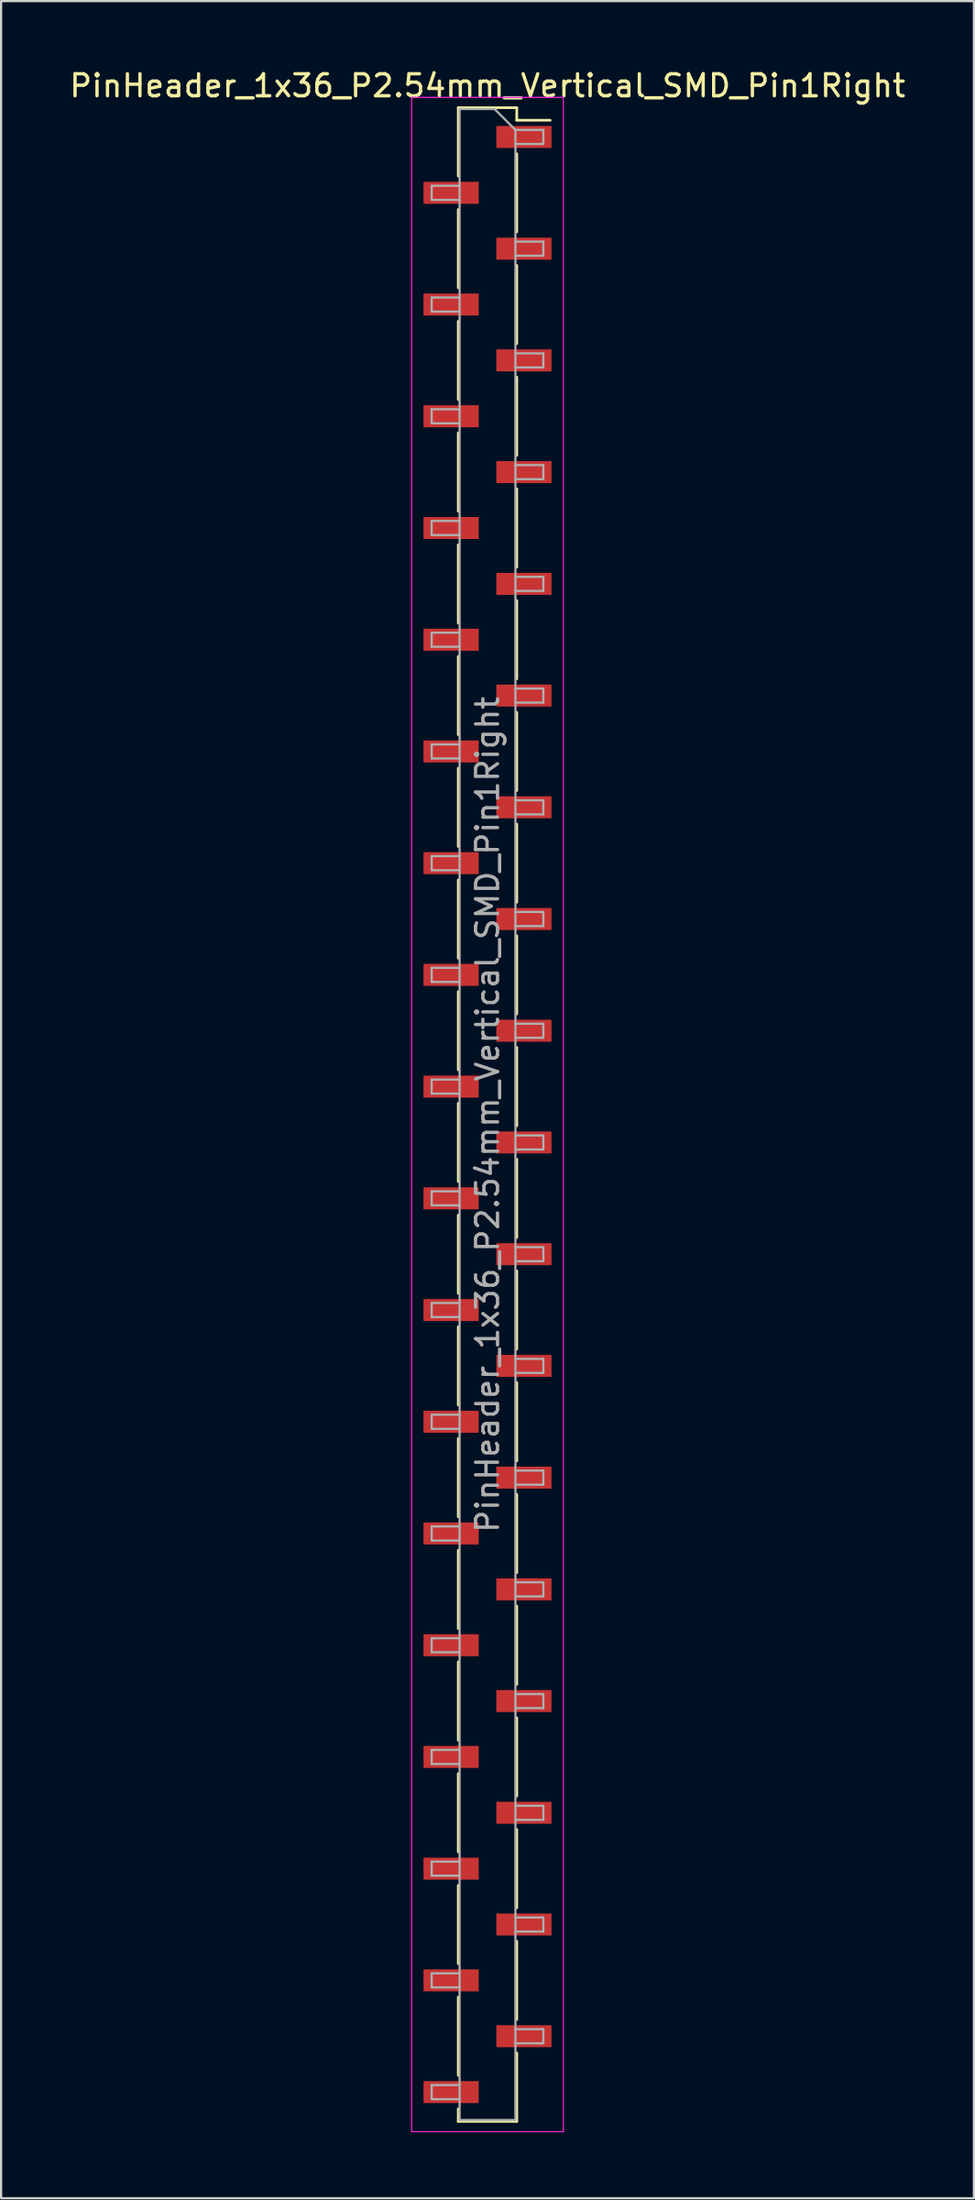
<source format=kicad_pcb>
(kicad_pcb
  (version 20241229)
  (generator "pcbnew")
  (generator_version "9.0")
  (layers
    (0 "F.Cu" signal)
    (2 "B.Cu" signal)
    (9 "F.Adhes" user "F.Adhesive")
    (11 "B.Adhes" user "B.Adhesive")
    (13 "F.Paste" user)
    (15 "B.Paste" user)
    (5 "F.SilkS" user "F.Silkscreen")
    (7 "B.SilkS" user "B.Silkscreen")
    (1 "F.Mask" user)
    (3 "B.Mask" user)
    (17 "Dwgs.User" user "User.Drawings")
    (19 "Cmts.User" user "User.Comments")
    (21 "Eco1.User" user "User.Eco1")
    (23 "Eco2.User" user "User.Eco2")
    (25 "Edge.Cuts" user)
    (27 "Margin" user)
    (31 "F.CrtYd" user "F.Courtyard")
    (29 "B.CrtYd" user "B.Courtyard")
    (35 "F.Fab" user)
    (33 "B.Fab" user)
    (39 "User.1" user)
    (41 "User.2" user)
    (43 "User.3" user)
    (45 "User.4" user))
  (footprint "PinHeader_1x36_P2.54mm_Vertical_SMD_Pin1Right"
    (layer "F.Cu")
    (at 19.125 47.628)
    (property "Reference" "PinHeader_1x36_P2.54mm_Vertical_SMD_Pin1Right" (at 0 -46.78 0) (layer "F.SilkS") (effects (font (size 1 1) (thickness 0.15))))
    (attr smd)
    (fp_line (start -1.33 -45.78) (end -1.33 -42.67) (stroke (width 0.12) (type solid)) (layer "F.SilkS"))
    (fp_line (start -1.33 -45.78) (end 1.33 -45.78) (stroke (width 0.12) (type solid)) (layer "F.SilkS"))
    (fp_line (start -1.33 -41.15) (end -1.33 -37.59) (stroke (width 0.12) (type solid)) (layer "F.SilkS"))
    (fp_line (start -1.33 -36.07) (end -1.33 -32.51) (stroke (width 0.12) (type solid)) (layer "F.SilkS"))
    (fp_line (start -1.33 -30.99) (end -1.33 -27.43) (stroke (width 0.12) (type solid)) (layer "F.SilkS"))
    (fp_line (start -1.33 -25.91) (end -1.33 -22.35) (stroke (width 0.12) (type solid)) (layer "F.SilkS"))
    (fp_line (start -1.33 -20.83) (end -1.33 -17.27) (stroke (width 0.12) (type solid)) (layer "F.SilkS"))
    (fp_line (start -1.33 -15.75) (end -1.33 -12.19) (stroke (width 0.12) (type solid)) (layer "F.SilkS"))
    (fp_line (start -1.33 -10.67) (end -1.33 -7.11) (stroke (width 0.12) (type solid)) (layer "F.SilkS"))
    (fp_line (start -1.33 -5.59) (end -1.33 -2.03) (stroke (width 0.12) (type solid)) (layer "F.SilkS"))
    (fp_line (start -1.33 -0.51) (end -1.33 3.05) (stroke (width 0.12) (type solid)) (layer "F.SilkS"))
    (fp_line (start -1.33 4.57) (end -1.33 8.13) (stroke (width 0.12) (type solid)) (layer "F.SilkS"))
    (fp_line (start -1.33 9.65) (end -1.33 13.21) (stroke (width 0.12) (type solid)) (layer "F.SilkS"))
    (fp_line (start -1.33 14.73) (end -1.33 18.29) (stroke (width 0.12) (type solid)) (layer "F.SilkS"))
    (fp_line (start -1.33 19.81) (end -1.33 23.37) (stroke (width 0.12) (type solid)) (layer "F.SilkS"))
    (fp_line (start -1.33 24.89) (end -1.33 28.45) (stroke (width 0.12) (type solid)) (layer "F.SilkS"))
    (fp_line (start -1.33 29.97) (end -1.33 33.53) (stroke (width 0.12) (type solid)) (layer "F.SilkS"))
    (fp_line (start -1.33 35.05) (end -1.33 38.61) (stroke (width 0.12) (type solid)) (layer "F.SilkS"))
    (fp_line (start -1.33 40.13) (end -1.33 43.69) (stroke (width 0.12) (type solid)) (layer "F.SilkS"))
    (fp_line (start -1.33 45.21) (end -1.33 45.78) (stroke (width 0.12) (type solid)) (layer "F.SilkS"))
    (fp_line (start -1.33 45.78) (end 1.33 45.78) (stroke (width 0.12) (type solid)) (layer "F.SilkS"))
    (fp_line (start 1.33 -45.78) (end 1.33 -45.21) (stroke (width 0.12) (type solid)) (layer "F.SilkS"))
    (fp_line (start 1.33 -45.21) (end 2.85 -45.21) (stroke (width 0.12) (type solid)) (layer "F.SilkS"))
    (fp_line (start 1.33 -43.69) (end 1.33 -40.13) (stroke (width 0.12) (type solid)) (layer "F.SilkS"))
    (fp_line (start 1.33 -38.61) (end 1.33 -35.05) (stroke (width 0.12) (type solid)) (layer "F.SilkS"))
    (fp_line (start 1.33 -33.53) (end 1.33 -29.97) (stroke (width 0.12) (type solid)) (layer "F.SilkS"))
    (fp_line (start 1.33 -28.45) (end 1.33 -24.89) (stroke (width 0.12) (type solid)) (layer "F.SilkS"))
    (fp_line (start 1.33 -23.37) (end 1.33 -19.81) (stroke (width 0.12) (type solid)) (layer "F.SilkS"))
    (fp_line (start 1.33 -18.29) (end 1.33 -14.73) (stroke (width 0.12) (type solid)) (layer "F.SilkS"))
    (fp_line (start 1.33 -13.21) (end 1.33 -9.65) (stroke (width 0.12) (type solid)) (layer "F.SilkS"))
    (fp_line (start 1.33 -8.13) (end 1.33 -4.57) (stroke (width 0.12) (type solid)) (layer "F.SilkS"))
    (fp_line (start 1.33 -3.05) (end 1.33 0.51) (stroke (width 0.12) (type solid)) (layer "F.SilkS"))
    (fp_line (start 1.33 2.03) (end 1.33 5.59) (stroke (width 0.12) (type solid)) (layer "F.SilkS"))
    (fp_line (start 1.33 7.11) (end 1.33 10.67) (stroke (width 0.12) (type solid)) (layer "F.SilkS"))
    (fp_line (start 1.33 12.19) (end 1.33 15.75) (stroke (width 0.12) (type solid)) (layer "F.SilkS"))
    (fp_line (start 1.33 17.27) (end 1.33 20.83) (stroke (width 0.12) (type solid)) (layer "F.SilkS"))
    (fp_line (start 1.33 22.35) (end 1.33 25.91) (stroke (width 0.12) (type solid)) (layer "F.SilkS"))
    (fp_line (start 1.33 27.43) (end 1.33 30.99) (stroke (width 0.12) (type solid)) (layer "F.SilkS"))
    (fp_line (start 1.33 32.51) (end 1.33 36.07) (stroke (width 0.12) (type solid)) (layer "F.SilkS"))
    (fp_line (start 1.33 37.59) (end 1.33 41.15) (stroke (width 0.12) (type solid)) (layer "F.SilkS"))
    (fp_line (start 1.33 42.67) (end 1.33 45.78) (stroke (width 0.12) (type solid)) (layer "F.SilkS"))
    (fp_line (start -3.45 -46.25) (end -3.45 46.25) (stroke (width 0.05) (type solid)) (layer "F.CrtYd"))
    (fp_line (start -3.45 46.25) (end 3.45 46.25) (stroke (width 0.05) (type solid)) (layer "F.CrtYd"))
    (fp_line (start 3.45 -46.25) (end -3.45 -46.25) (stroke (width 0.05) (type solid)) (layer "F.CrtYd"))
    (fp_line (start 3.45 46.25) (end 3.45 -46.25) (stroke (width 0.05) (type solid)) (layer "F.CrtYd"))
    (fp_line (start -2.54 -42.23) (end -2.54 -41.59) (stroke (width 0.1) (type solid)) (layer "F.Fab"))
    (fp_line (start -2.54 -41.59) (end -1.27 -41.59) (stroke (width 0.1) (type solid)) (layer "F.Fab"))
    (fp_line (start -2.54 -37.15) (end -2.54 -36.51) (stroke (width 0.1) (type solid)) (layer "F.Fab"))
    (fp_line (start -2.54 -36.51) (end -1.27 -36.51) (stroke (width 0.1) (type solid)) (layer "F.Fab"))
    (fp_line (start -2.54 -32.07) (end -2.54 -31.43) (stroke (width 0.1) (type solid)) (layer "F.Fab"))
    (fp_line (start -2.54 -31.43) (end -1.27 -31.43) (stroke (width 0.1) (type solid)) (layer "F.Fab"))
    (fp_line (start -2.54 -26.99) (end -2.54 -26.35) (stroke (width 0.1) (type solid)) (layer "F.Fab"))
    (fp_line (start -2.54 -26.35) (end -1.27 -26.35) (stroke (width 0.1) (type solid)) (layer "F.Fab"))
    (fp_line (start -2.54 -21.91) (end -2.54 -21.27) (stroke (width 0.1) (type solid)) (layer "F.Fab"))
    (fp_line (start -2.54 -21.27) (end -1.27 -21.27) (stroke (width 0.1) (type solid)) (layer "F.Fab"))
    (fp_line (start -2.54 -16.83) (end -2.54 -16.19) (stroke (width 0.1) (type solid)) (layer "F.Fab"))
    (fp_line (start -2.54 -16.19) (end -1.27 -16.19) (stroke (width 0.1) (type solid)) (layer "F.Fab"))
    (fp_line (start -2.54 -11.75) (end -2.54 -11.11) (stroke (width 0.1) (type solid)) (layer "F.Fab"))
    (fp_line (start -2.54 -11.11) (end -1.27 -11.11) (stroke (width 0.1) (type solid)) (layer "F.Fab"))
    (fp_line (start -2.54 -6.67) (end -2.54 -6.03) (stroke (width 0.1) (type solid)) (layer "F.Fab"))
    (fp_line (start -2.54 -6.03) (end -1.27 -6.03) (stroke (width 0.1) (type solid)) (layer "F.Fab"))
    (fp_line (start -2.54 -1.59) (end -2.54 -0.95) (stroke (width 0.1) (type solid)) (layer "F.Fab"))
    (fp_line (start -2.54 -0.95) (end -1.27 -0.95) (stroke (width 0.1) (type solid)) (layer "F.Fab"))
    (fp_line (start -2.54 3.49) (end -2.54 4.13) (stroke (width 0.1) (type solid)) (layer "F.Fab"))
    (fp_line (start -2.54 4.13) (end -1.27 4.13) (stroke (width 0.1) (type solid)) (layer "F.Fab"))
    (fp_line (start -2.54 8.57) (end -2.54 9.21) (stroke (width 0.1) (type solid)) (layer "F.Fab"))
    (fp_line (start -2.54 9.21) (end -1.27 9.21) (stroke (width 0.1) (type solid)) (layer "F.Fab"))
    (fp_line (start -2.54 13.65) (end -2.54 14.29) (stroke (width 0.1) (type solid)) (layer "F.Fab"))
    (fp_line (start -2.54 14.29) (end -1.27 14.29) (stroke (width 0.1) (type solid)) (layer "F.Fab"))
    (fp_line (start -2.54 18.73) (end -2.54 19.37) (stroke (width 0.1) (type solid)) (layer "F.Fab"))
    (fp_line (start -2.54 19.37) (end -1.27 19.37) (stroke (width 0.1) (type solid)) (layer "F.Fab"))
    (fp_line (start -2.54 23.81) (end -2.54 24.45) (stroke (width 0.1) (type solid)) (layer "F.Fab"))
    (fp_line (start -2.54 24.45) (end -1.27 24.45) (stroke (width 0.1) (type solid)) (layer "F.Fab"))
    (fp_line (start -2.54 28.89) (end -2.54 29.53) (stroke (width 0.1) (type solid)) (layer "F.Fab"))
    (fp_line (start -2.54 29.53) (end -1.27 29.53) (stroke (width 0.1) (type solid)) (layer "F.Fab"))
    (fp_line (start -2.54 33.97) (end -2.54 34.61) (stroke (width 0.1) (type solid)) (layer "F.Fab"))
    (fp_line (start -2.54 34.61) (end -1.27 34.61) (stroke (width 0.1) (type solid)) (layer "F.Fab"))
    (fp_line (start -2.54 39.05) (end -2.54 39.69) (stroke (width 0.1) (type solid)) (layer "F.Fab"))
    (fp_line (start -2.54 39.69) (end -1.27 39.69) (stroke (width 0.1) (type solid)) (layer "F.Fab"))
    (fp_line (start -2.54 44.13) (end -2.54 44.77) (stroke (width 0.1) (type solid)) (layer "F.Fab"))
    (fp_line (start -2.54 44.77) (end -1.27 44.77) (stroke (width 0.1) (type solid)) (layer "F.Fab"))
    (fp_line (start -1.27 -45.72) (end -1.27 45.72) (stroke (width 0.1) (type solid)) (layer "F.Fab"))
    (fp_line (start -1.27 -45.72) (end 0.32 -45.72) (stroke (width 0.1) (type solid)) (layer "F.Fab"))
    (fp_line (start -1.27 -42.23) (end -2.54 -42.23) (stroke (width 0.1) (type solid)) (layer "F.Fab"))
    (fp_line (start -1.27 -37.15) (end -2.54 -37.15) (stroke (width 0.1) (type solid)) (layer "F.Fab"))
    (fp_line (start -1.27 -32.07) (end -2.54 -32.07) (stroke (width 0.1) (type solid)) (layer "F.Fab"))
    (fp_line (start -1.27 -26.99) (end -2.54 -26.99) (stroke (width 0.1) (type solid)) (layer "F.Fab"))
    (fp_line (start -1.27 -21.91) (end -2.54 -21.91) (stroke (width 0.1) (type solid)) (layer "F.Fab"))
    (fp_line (start -1.27 -16.83) (end -2.54 -16.83) (stroke (width 0.1) (type solid)) (layer "F.Fab"))
    (fp_line (start -1.27 -11.75) (end -2.54 -11.75) (stroke (width 0.1) (type solid)) (layer "F.Fab"))
    (fp_line (start -1.27 -6.67) (end -2.54 -6.67) (stroke (width 0.1) (type solid)) (layer "F.Fab"))
    (fp_line (start -1.27 -1.59) (end -2.54 -1.59) (stroke (width 0.1) (type solid)) (layer "F.Fab"))
    (fp_line (start -1.27 3.49) (end -2.54 3.49) (stroke (width 0.1) (type solid)) (layer "F.Fab"))
    (fp_line (start -1.27 8.57) (end -2.54 8.57) (stroke (width 0.1) (type solid)) (layer "F.Fab"))
    (fp_line (start -1.27 13.65) (end -2.54 13.65) (stroke (width 0.1) (type solid)) (layer "F.Fab"))
    (fp_line (start -1.27 18.73) (end -2.54 18.73) (stroke (width 0.1) (type solid)) (layer "F.Fab"))
    (fp_line (start -1.27 23.81) (end -2.54 23.81) (stroke (width 0.1) (type solid)) (layer "F.Fab"))
    (fp_line (start -1.27 28.89) (end -2.54 28.89) (stroke (width 0.1) (type solid)) (layer "F.Fab"))
    (fp_line (start -1.27 33.97) (end -2.54 33.97) (stroke (width 0.1) (type solid)) (layer "F.Fab"))
    (fp_line (start -1.27 39.05) (end -2.54 39.05) (stroke (width 0.1) (type solid)) (layer "F.Fab"))
    (fp_line (start -1.27 44.13) (end -2.54 44.13) (stroke (width 0.1) (type solid)) (layer "F.Fab"))
    (fp_line (start 1.27 -44.77) (end 0.32 -45.72) (stroke (width 0.1) (type solid)) (layer "F.Fab"))
    (fp_line (start 1.27 -44.77) (end 2.54 -44.77) (stroke (width 0.1) (type solid)) (layer "F.Fab"))
    (fp_line (start 1.27 -39.69) (end 2.54 -39.69) (stroke (width 0.1) (type solid)) (layer "F.Fab"))
    (fp_line (start 1.27 -34.61) (end 2.54 -34.61) (stroke (width 0.1) (type solid)) (layer "F.Fab"))
    (fp_line (start 1.27 -29.53) (end 2.54 -29.53) (stroke (width 0.1) (type solid)) (layer "F.Fab"))
    (fp_line (start 1.27 -24.45) (end 2.54 -24.45) (stroke (width 0.1) (type solid)) (layer "F.Fab"))
    (fp_line (start 1.27 -19.37) (end 2.54 -19.37) (stroke (width 0.1) (type solid)) (layer "F.Fab"))
    (fp_line (start 1.27 -14.29) (end 2.54 -14.29) (stroke (width 0.1) (type solid)) (layer "F.Fab"))
    (fp_line (start 1.27 -9.21) (end 2.54 -9.21) (stroke (width 0.1) (type solid)) (layer "F.Fab"))
    (fp_line (start 1.27 -4.13) (end 2.54 -4.13) (stroke (width 0.1) (type solid)) (layer "F.Fab"))
    (fp_line (start 1.27 0.95) (end 2.54 0.95) (stroke (width 0.1) (type solid)) (layer "F.Fab"))
    (fp_line (start 1.27 6.03) (end 2.54 6.03) (stroke (width 0.1) (type solid)) (layer "F.Fab"))
    (fp_line (start 1.27 11.11) (end 2.54 11.11) (stroke (width 0.1) (type solid)) (layer "F.Fab"))
    (fp_line (start 1.27 16.19) (end 2.54 16.19) (stroke (width 0.1) (type solid)) (layer "F.Fab"))
    (fp_line (start 1.27 21.27) (end 2.54 21.27) (stroke (width 0.1) (type solid)) (layer "F.Fab"))
    (fp_line (start 1.27 26.35) (end 2.54 26.35) (stroke (width 0.1) (type solid)) (layer "F.Fab"))
    (fp_line (start 1.27 31.43) (end 2.54 31.43) (stroke (width 0.1) (type solid)) (layer "F.Fab"))
    (fp_line (start 1.27 36.51) (end 2.54 36.51) (stroke (width 0.1) (type solid)) (layer "F.Fab"))
    (fp_line (start 1.27 41.59) (end 2.54 41.59) (stroke (width 0.1) (type solid)) (layer "F.Fab"))
    (fp_line (start 1.27 45.72) (end -1.27 45.72) (stroke (width 0.1) (type solid)) (layer "F.Fab"))
    (fp_line (start 1.27 45.72) (end 1.27 -44.77) (stroke (width 0.1) (type solid)) (layer "F.Fab"))
    (fp_line (start 2.54 -44.77) (end 2.54 -44.13) (stroke (width 0.1) (type solid)) (layer "F.Fab"))
    (fp_line (start 2.54 -44.13) (end 1.27 -44.13) (stroke (width 0.1) (type solid)) (layer "F.Fab"))
    (fp_line (start 2.54 -39.69) (end 2.54 -39.05) (stroke (width 0.1) (type solid)) (layer "F.Fab"))
    (fp_line (start 2.54 -39.05) (end 1.27 -39.05) (stroke (width 0.1) (type solid)) (layer "F.Fab"))
    (fp_line (start 2.54 -34.61) (end 2.54 -33.97) (stroke (width 0.1) (type solid)) (layer "F.Fab"))
    (fp_line (start 2.54 -33.97) (end 1.27 -33.97) (stroke (width 0.1) (type solid)) (layer "F.Fab"))
    (fp_line (start 2.54 -29.53) (end 2.54 -28.89) (stroke (width 0.1) (type solid)) (layer "F.Fab"))
    (fp_line (start 2.54 -28.89) (end 1.27 -28.89) (stroke (width 0.1) (type solid)) (layer "F.Fab"))
    (fp_line (start 2.54 -24.45) (end 2.54 -23.81) (stroke (width 0.1) (type solid)) (layer "F.Fab"))
    (fp_line (start 2.54 -23.81) (end 1.27 -23.81) (stroke (width 0.1) (type solid)) (layer "F.Fab"))
    (fp_line (start 2.54 -19.37) (end 2.54 -18.73) (stroke (width 0.1) (type solid)) (layer "F.Fab"))
    (fp_line (start 2.54 -18.73) (end 1.27 -18.73) (stroke (width 0.1) (type solid)) (layer "F.Fab"))
    (fp_line (start 2.54 -14.29) (end 2.54 -13.65) (stroke (width 0.1) (type solid)) (layer "F.Fab"))
    (fp_line (start 2.54 -13.65) (end 1.27 -13.65) (stroke (width 0.1) (type solid)) (layer "F.Fab"))
    (fp_line (start 2.54 -9.21) (end 2.54 -8.57) (stroke (width 0.1) (type solid)) (layer "F.Fab"))
    (fp_line (start 2.54 -8.57) (end 1.27 -8.57) (stroke (width 0.1) (type solid)) (layer "F.Fab"))
    (fp_line (start 2.54 -4.13) (end 2.54 -3.49) (stroke (width 0.1) (type solid)) (layer "F.Fab"))
    (fp_line (start 2.54 -3.49) (end 1.27 -3.49) (stroke (width 0.1) (type solid)) (layer "F.Fab"))
    (fp_line (start 2.54 0.95) (end 2.54 1.59) (stroke (width 0.1) (type solid)) (layer "F.Fab"))
    (fp_line (start 2.54 1.59) (end 1.27 1.59) (stroke (width 0.1) (type solid)) (layer "F.Fab"))
    (fp_line (start 2.54 6.03) (end 2.54 6.67) (stroke (width 0.1) (type solid)) (layer "F.Fab"))
    (fp_line (start 2.54 6.67) (end 1.27 6.67) (stroke (width 0.1) (type solid)) (layer "F.Fab"))
    (fp_line (start 2.54 11.11) (end 2.54 11.75) (stroke (width 0.1) (type solid)) (layer "F.Fab"))
    (fp_line (start 2.54 11.75) (end 1.27 11.75) (stroke (width 0.1) (type solid)) (layer "F.Fab"))
    (fp_line (start 2.54 16.19) (end 2.54 16.83) (stroke (width 0.1) (type solid)) (layer "F.Fab"))
    (fp_line (start 2.54 16.83) (end 1.27 16.83) (stroke (width 0.1) (type solid)) (layer "F.Fab"))
    (fp_line (start 2.54 21.27) (end 2.54 21.91) (stroke (width 0.1) (type solid)) (layer "F.Fab"))
    (fp_line (start 2.54 21.91) (end 1.27 21.91) (stroke (width 0.1) (type solid)) (layer "F.Fab"))
    (fp_line (start 2.54 26.35) (end 2.54 26.99) (stroke (width 0.1) (type solid)) (layer "F.Fab"))
    (fp_line (start 2.54 26.99) (end 1.27 26.99) (stroke (width 0.1) (type solid)) (layer "F.Fab"))
    (fp_line (start 2.54 31.43) (end 2.54 32.07) (stroke (width 0.1) (type solid)) (layer "F.Fab"))
    (fp_line (start 2.54 32.07) (end 1.27 32.07) (stroke (width 0.1) (type solid)) (layer "F.Fab"))
    (fp_line (start 2.54 36.51) (end 2.54 37.15) (stroke (width 0.1) (type solid)) (layer "F.Fab"))
    (fp_line (start 2.54 37.15) (end 1.27 37.15) (stroke (width 0.1) (type solid)) (layer "F.Fab"))
    (fp_line (start 2.54 41.59) (end 2.54 42.23) (stroke (width 0.1) (type solid)) (layer "F.Fab"))
    (fp_line (start 2.54 42.23) (end 1.27 42.23) (stroke (width 0.1) (type solid)) (layer "F.Fab"))
    (fp_text user "${REFERENCE}" (at 0 0 90) (layer "F.Fab") (effects (font (size 1 1) (thickness 0.15))))
    (pad "1" smd rect (at 1.655 -44.45) (size 2.51 1) (layers "F.Cu" "F.Mask" "F.Paste"))
    (pad "2" smd rect (at -1.655 -41.91) (size 2.51 1) (layers "F.Cu" "F.Mask" "F.Paste"))
    (pad "3" smd rect (at 1.655 -39.37) (size 2.51 1) (layers "F.Cu" "F.Mask" "F.Paste"))
    (pad "4" smd rect (at -1.655 -36.83) (size 2.51 1) (layers "F.Cu" "F.Mask" "F.Paste"))
    (pad "5" smd rect (at 1.655 -34.29) (size 2.51 1) (layers "F.Cu" "F.Mask" "F.Paste"))
    (pad "6" smd rect (at -1.655 -31.75) (size 2.51 1) (layers "F.Cu" "F.Mask" "F.Paste"))
    (pad "7" smd rect (at 1.655 -29.21) (size 2.51 1) (layers "F.Cu" "F.Mask" "F.Paste"))
    (pad "8" smd rect (at -1.655 -26.67) (size 2.51 1) (layers "F.Cu" "F.Mask" "F.Paste"))
    (pad "9" smd rect (at 1.655 -24.13) (size 2.51 1) (layers "F.Cu" "F.Mask" "F.Paste"))
    (pad "10" smd rect (at -1.655 -21.59) (size 2.51 1) (layers "F.Cu" "F.Mask" "F.Paste"))
    (pad "11" smd rect (at 1.655 -19.05) (size 2.51 1) (layers "F.Cu" "F.Mask" "F.Paste"))
    (pad "12" smd rect (at -1.655 -16.51) (size 2.51 1) (layers "F.Cu" "F.Mask" "F.Paste"))
    (pad "13" smd rect (at 1.655 -13.97) (size 2.51 1) (layers "F.Cu" "F.Mask" "F.Paste"))
    (pad "14" smd rect (at -1.655 -11.43) (size 2.51 1) (layers "F.Cu" "F.Mask" "F.Paste"))
    (pad "15" smd rect (at 1.655 -8.89) (size 2.51 1) (layers "F.Cu" "F.Mask" "F.Paste"))
    (pad "16" smd rect (at -1.655 -6.35) (size 2.51 1) (layers "F.Cu" "F.Mask" "F.Paste"))
    (pad "17" smd rect (at 1.655 -3.81) (size 2.51 1) (layers "F.Cu" "F.Mask" "F.Paste"))
    (pad "18" smd rect (at -1.655 -1.27) (size 2.51 1) (layers "F.Cu" "F.Mask" "F.Paste"))
    (pad "19" smd rect (at 1.655 1.27) (size 2.51 1) (layers "F.Cu" "F.Mask" "F.Paste"))
    (pad "20" smd rect (at -1.655 3.81) (size 2.51 1) (layers "F.Cu" "F.Mask" "F.Paste"))
    (pad "21" smd rect (at 1.655 6.35) (size 2.51 1) (layers "F.Cu" "F.Mask" "F.Paste"))
    (pad "22" smd rect (at -1.655 8.89) (size 2.51 1) (layers "F.Cu" "F.Mask" "F.Paste"))
    (pad "23" smd rect (at 1.655 11.43) (size 2.51 1) (layers "F.Cu" "F.Mask" "F.Paste"))
    (pad "24" smd rect (at -1.655 13.97) (size 2.51 1) (layers "F.Cu" "F.Mask" "F.Paste"))
    (pad "25" smd rect (at 1.655 16.51) (size 2.51 1) (layers "F.Cu" "F.Mask" "F.Paste"))
    (pad "26" smd rect (at -1.655 19.05) (size 2.51 1) (layers "F.Cu" "F.Mask" "F.Paste"))
    (pad "27" smd rect (at 1.655 21.59) (size 2.51 1) (layers "F.Cu" "F.Mask" "F.Paste"))
    (pad "28" smd rect (at -1.655 24.13) (size 2.51 1) (layers "F.Cu" "F.Mask" "F.Paste"))
    (pad "29" smd rect (at 1.655 26.67) (size 2.51 1) (layers "F.Cu" "F.Mask" "F.Paste"))
    (pad "30" smd rect (at -1.655 29.21) (size 2.51 1) (layers "F.Cu" "F.Mask" "F.Paste"))
    (pad "31" smd rect (at 1.655 31.75) (size 2.51 1) (layers "F.Cu" "F.Mask" "F.Paste"))
    (pad "32" smd rect (at -1.655 34.29) (size 2.51 1) (layers "F.Cu" "F.Mask" "F.Paste"))
    (pad "33" smd rect (at 1.655 36.83) (size 2.51 1) (layers "F.Cu" "F.Mask" "F.Paste"))
    (pad "34" smd rect (at -1.655 39.37) (size 2.51 1) (layers "F.Cu" "F.Mask" "F.Paste"))
    (pad "35" smd rect (at 1.655 41.91) (size 2.51 1) (layers "F.Cu" "F.Mask" "F.Paste"))
    (pad "36" smd rect (at -1.655 44.45) (size 2.51 1) (layers "F.Cu" "F.Mask" "F.Paste")))
  (gr_rect
    (start -3 -3)
    (end 41.25 96.903)
    (stroke (width 0.1) (type default))
    (fill no)
    (layer "Edge.Cuts")))
</source>
